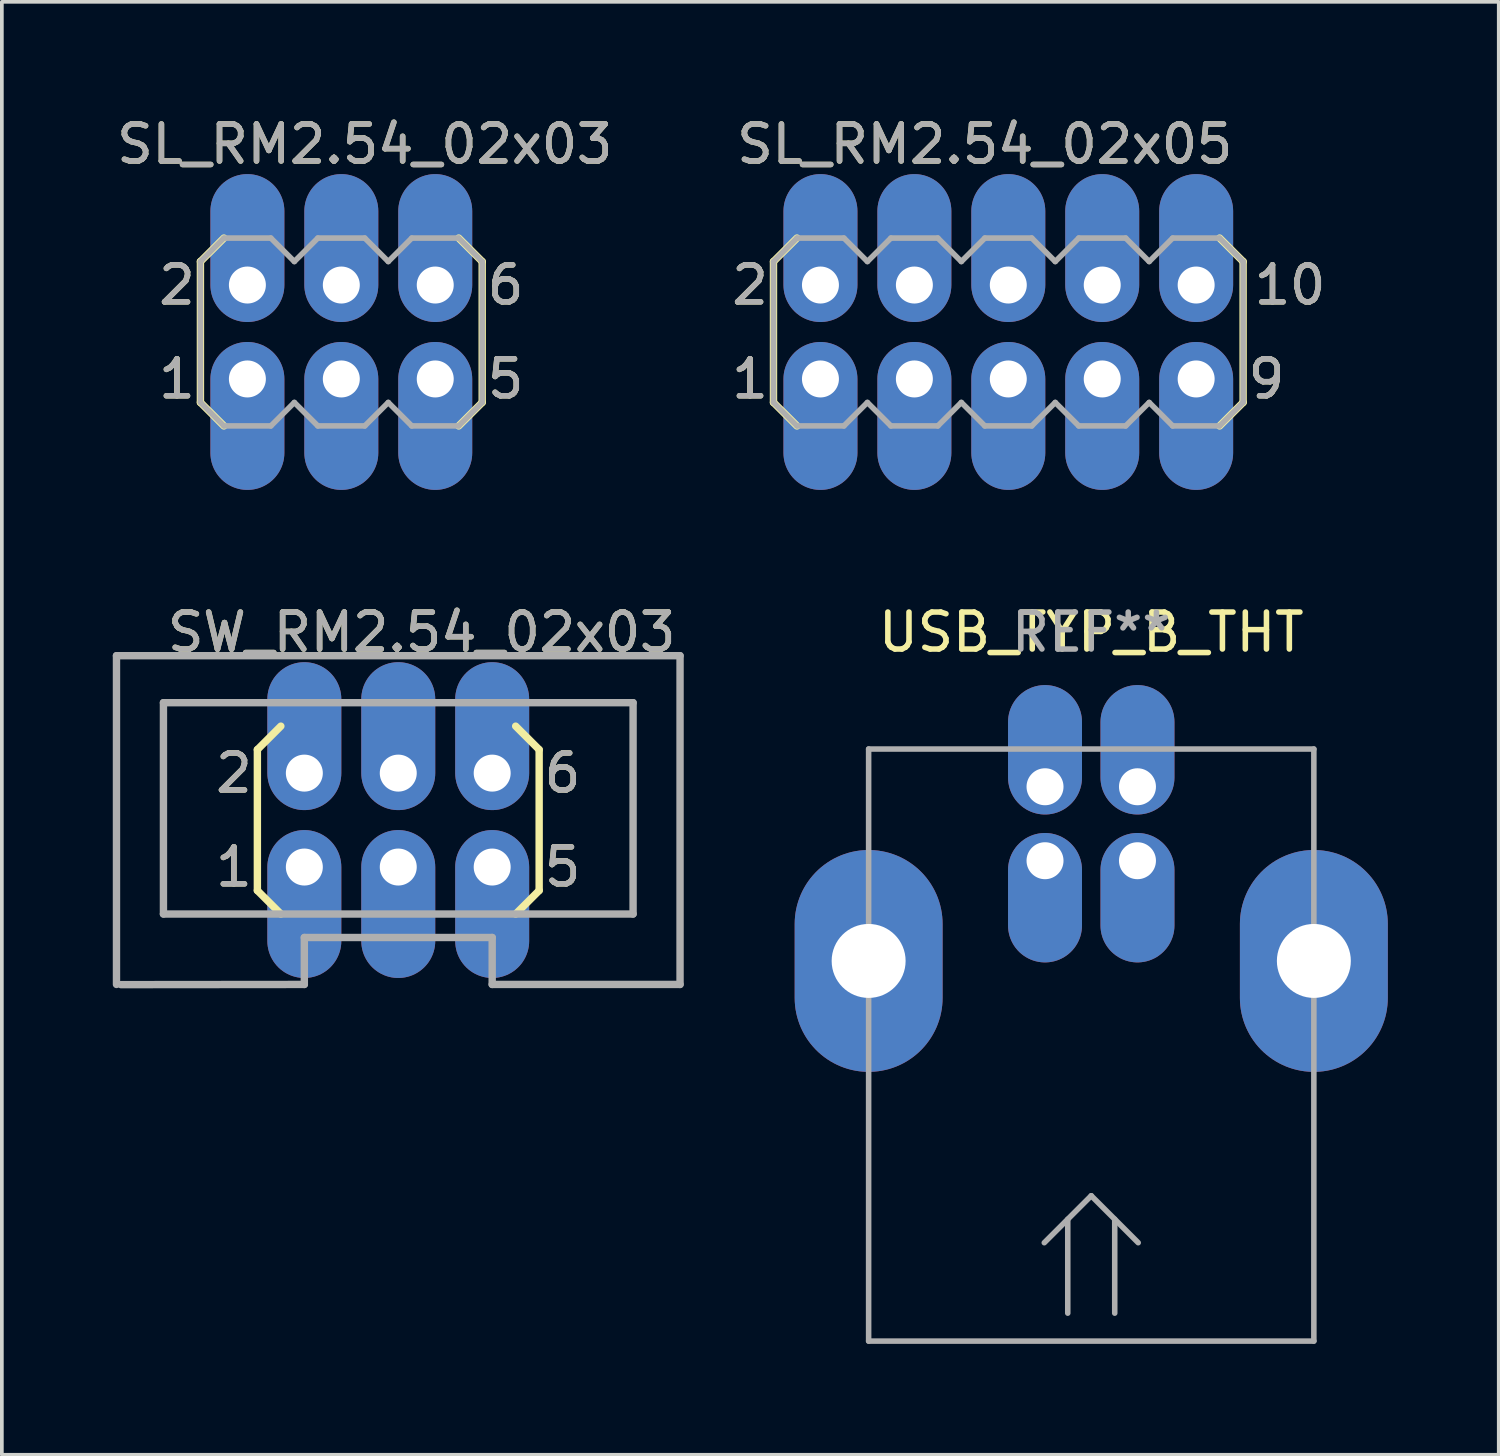
<source format=kicad_pcb>
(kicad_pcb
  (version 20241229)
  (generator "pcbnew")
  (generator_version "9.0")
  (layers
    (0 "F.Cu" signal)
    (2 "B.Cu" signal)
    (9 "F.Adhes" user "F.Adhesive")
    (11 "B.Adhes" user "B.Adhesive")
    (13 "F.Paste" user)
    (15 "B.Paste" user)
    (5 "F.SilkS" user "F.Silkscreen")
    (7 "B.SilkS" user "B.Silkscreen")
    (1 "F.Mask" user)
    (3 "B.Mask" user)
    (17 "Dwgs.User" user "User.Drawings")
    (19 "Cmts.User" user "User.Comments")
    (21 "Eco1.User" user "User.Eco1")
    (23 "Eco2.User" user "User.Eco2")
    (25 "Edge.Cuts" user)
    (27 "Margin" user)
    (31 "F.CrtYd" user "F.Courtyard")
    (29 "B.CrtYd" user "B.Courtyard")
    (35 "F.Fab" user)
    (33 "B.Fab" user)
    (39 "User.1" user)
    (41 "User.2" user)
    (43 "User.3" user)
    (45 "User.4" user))
  (footprint "SL_RM2.54_02x03"
    (layer "F.Cu")
    (at 6.18 7.198)
    (property "Reference" "SL_RM2.54_02x03" (at 0.635 -6.35 0) (layer "F.SilkS") (effects (font (size 1 1) (thickness 0.15))))
    (attr through_hole)
    (fp_line (start -3.81 -3.175) (end -3.175 -3.81) (stroke (width 0.2) (type solid)) (layer "F.SilkS"))
    (fp_line (start -3.81 0.635) (end -3.81 -3.175) (stroke (width 0.2) (type solid)) (layer "F.SilkS"))
    (fp_line (start -3.175 1.27) (end -3.81 0.635) (stroke (width 0.2) (type solid)) (layer "F.SilkS"))
    (fp_line (start 3.175 -3.81) (end 3.81 -3.175) (stroke (width 0.2) (type solid)) (layer "F.SilkS"))
    (fp_line (start 3.81 -3.175) (end 3.81 0.635) (stroke (width 0.2) (type solid)) (layer "F.SilkS"))
    (fp_line (start 3.81 0.635) (end 3.175 1.27) (stroke (width 0.2) (type solid)) (layer "F.SilkS"))
    (fp_line (start -3.81 -3.175) (end -3.81 0.635) (stroke (width 0.15) (type solid)) (layer "F.Fab"))
    (fp_line (start -3.81 -3.175) (end -3.175 -3.81) (stroke (width 0.15) (type solid)) (layer "F.Fab"))
    (fp_line (start -3.81 0.635) (end -3.175 1.27) (stroke (width 0.15) (type solid)) (layer "F.Fab"))
    (fp_line (start -3.175 -3.81) (end -1.905 -3.81) (stroke (width 0.15) (type solid)) (layer "F.Fab"))
    (fp_line (start -3.175 1.27) (end -1.905 1.27) (stroke (width 0.15) (type solid)) (layer "F.Fab"))
    (fp_line (start -1.905 -3.81) (end -1.27 -3.175) (stroke (width 0.15) (type solid)) (layer "F.Fab"))
    (fp_line (start -1.905 1.27) (end -1.27 0.635) (stroke (width 0.15) (type solid)) (layer "F.Fab"))
    (fp_line (start -1.27 0.635) (end -0.635 1.27) (stroke (width 0.15) (type solid)) (layer "F.Fab"))
    (fp_line (start -0.635 -3.81) (end -1.27 -3.175) (stroke (width 0.15) (type solid)) (layer "F.Fab"))
    (fp_line (start -0.635 1.27) (end 0.635 1.27) (stroke (width 0.15) (type solid)) (layer "F.Fab"))
    (fp_line (start 0.635 -3.81) (end -0.635 -3.81) (stroke (width 0.15) (type solid)) (layer "F.Fab"))
    (fp_line (start 0.635 1.27) (end 1.27 0.635) (stroke (width 0.15) (type solid)) (layer "F.Fab"))
    (fp_line (start 1.27 -3.175) (end 0.635 -3.81) (stroke (width 0.15) (type solid)) (layer "F.Fab"))
    (fp_line (start 1.27 0.635) (end 1.905 1.27) (stroke (width 0.15) (type solid)) (layer "F.Fab"))
    (fp_line (start 1.905 -3.81) (end 1.27 -3.175) (stroke (width 0.15) (type solid)) (layer "F.Fab"))
    (fp_line (start 1.905 1.27) (end 3.175 1.27) (stroke (width 0.15) (type solid)) (layer "F.Fab"))
    (fp_line (start 3.175 -3.81) (end 1.905 -3.81) (stroke (width 0.15) (type solid)) (layer "F.Fab"))
    (fp_line (start 3.175 1.27) (end 3.81 0.635) (stroke (width 0.15) (type solid)) (layer "F.Fab"))
    (fp_line (start 3.81 -3.175) (end 3.175 -3.81) (stroke (width 0.15) (type solid)) (layer "F.Fab"))
    (fp_line (start 3.81 0.635) (end 3.81 -3.175) (stroke (width 0.15) (type solid)) (layer "F.Fab"))
    (fp_poly (pts (xy -2.794 -2.794) (xy -2.794 -2.286) (xy -2.286 -2.286) (xy -2.286 -2.794)) (stroke (width 0.15) (type solid)) (fill no) (layer "F.Fab"))
    (fp_poly (pts (xy -2.794 -0.254) (xy -2.794 0.254) (xy -2.286 0.254) (xy -2.286 -0.254)) (stroke (width 0.15) (type solid)) (fill no) (layer "F.Fab"))
    (fp_poly (pts (xy -0.254 -2.794) (xy -0.254 -2.286) (xy 0.254 -2.286) (xy 0.254 -2.794)) (stroke (width 0.15) (type solid)) (fill no) (layer "F.Fab"))
    (fp_poly (pts (xy -0.254 -0.254) (xy -0.254 0.254) (xy 0.254 0.254) (xy 0.254 -0.254)) (stroke (width 0.15) (type solid)) (fill no) (layer "F.Fab"))
    (fp_poly (pts (xy 2.286 -2.794) (xy 2.286 -2.286) (xy 2.794 -2.286) (xy 2.794 -2.794)) (stroke (width 0.15) (type solid)) (fill no) (layer "F.Fab"))
    (fp_poly (pts (xy 2.286 -0.254) (xy 2.286 0.254) (xy 2.794 0.254) (xy 2.794 -0.254)) (stroke (width 0.15) (type solid)) (fill no) (layer "F.Fab"))
    (fp_text user "2" (at -4.445 -2.54 0) (layer "F.SilkS") (effects (font (size 1 1) (thickness 0.15))))
    (fp_text user "1" (at -4.445 0 0) (layer "F.SilkS") (effects (font (size 1 1) (thickness 0.15))))
    (fp_text user "6" (at 4.445 -2.54 0) (layer "F.SilkS") (effects (font (size 1 1) (thickness 0.15))))
    (fp_text user "5" (at 4.445 0 0) (layer "F.SilkS") (effects (font (size 1 1) (thickness 0.15))))
    (fp_text user "1" (at -4.445 0 0) (layer "F.Fab") (effects (font (size 1 1) (thickness 0.15))))
    (fp_text user "${REFERENCE}" (at 0.635 -6.35 0) (layer "F.Fab") (effects (font (size 1 1) (thickness 0.15))))
    (fp_text user "6" (at 4.445 -2.54 0) (layer "F.Fab") (effects (font (size 1 1) (thickness 0.15))))
    (fp_text user "5" (at 4.445 0 0) (layer "F.Fab") (effects (font (size 1 1) (thickness 0.15))))
    (fp_text user "2" (at -4.445 -2.54 0) (layer "F.Fab") (effects (font (size 1 1) (thickness 0.15))))
    (pad "1" thru_hole oval (at -2.54 0) (size 2 4) (drill 1 (offset 0 1)) (layers "*.Cu" "*.Mask"))
    (pad "2" thru_hole oval (at -2.54 -2.54) (size 2 4) (drill 1 (offset 0 -1)) (layers "*.Cu" "*.Mask"))
    (pad "3" thru_hole oval (at 0 0) (size 2 4) (drill 1 (offset 0 1)) (layers "*.Cu" "*.Mask"))
    (pad "4" thru_hole oval (at 0 -2.54) (size 2 4) (drill 1 (offset 0 -1)) (layers "*.Cu" "*.Mask"))
    (pad "5" thru_hole oval (at 2.54 0) (size 2 4) (drill 1 (offset 0 1)) (layers "*.Cu" "*.Mask"))
    (pad "6" thru_hole oval (at 2.54 -2.54) (size 2 4) (drill 1 (offset 0 -1)) (layers "*.Cu" "*.Mask")))
  (footprint "SL_RM2.54_02x05"
    (layer "F.Cu")
    (at 19.137 7.198)
    (property "Reference" "SL_RM2.54_02x05" (at 4.445 -6.35 0) (layer "F.SilkS") (effects (font (size 1 1) (thickness 0.15))))
    (attr through_hole)
    (fp_line (start -1.27 -3.175) (end -0.635 -3.81) (stroke (width 0.2) (type solid)) (layer "F.SilkS"))
    (fp_line (start -1.27 0.635) (end -1.27 -3.175) (stroke (width 0.2) (type solid)) (layer "F.SilkS"))
    (fp_line (start -0.635 1.27) (end -1.27 0.635) (stroke (width 0.2) (type solid)) (layer "F.SilkS"))
    (fp_line (start 10.795 -3.81) (end 11.43 -3.175) (stroke (width 0.2) (type solid)) (layer "F.SilkS"))
    (fp_line (start 11.43 -3.175) (end 11.43 0.635) (stroke (width 0.2) (type solid)) (layer "F.SilkS"))
    (fp_line (start 11.43 0.635) (end 10.795 1.27) (stroke (width 0.2) (type solid)) (layer "F.SilkS"))
    (fp_line (start -1.27 -3.175) (end -1.27 0.635) (stroke (width 0.15) (type solid)) (layer "F.Fab"))
    (fp_line (start -1.27 -3.175) (end -0.635 -3.81) (stroke (width 0.15) (type solid)) (layer "F.Fab"))
    (fp_line (start -1.27 0.635) (end -0.635 1.27) (stroke (width 0.15) (type solid)) (layer "F.Fab"))
    (fp_line (start -0.635 -3.81) (end 0.635 -3.81) (stroke (width 0.15) (type solid)) (layer "F.Fab"))
    (fp_line (start -0.635 1.27) (end 0.635 1.27) (stroke (width 0.15) (type solid)) (layer "F.Fab"))
    (fp_line (start 0.635 -3.81) (end 1.27 -3.175) (stroke (width 0.15) (type solid)) (layer "F.Fab"))
    (fp_line (start 0.635 1.27) (end 1.27 0.635) (stroke (width 0.15) (type solid)) (layer "F.Fab"))
    (fp_line (start 1.27 0.635) (end 1.905 1.27) (stroke (width 0.15) (type solid)) (layer "F.Fab"))
    (fp_line (start 1.905 -3.81) (end 1.27 -3.175) (stroke (width 0.15) (type solid)) (layer "F.Fab"))
    (fp_line (start 1.905 1.27) (end 3.175 1.27) (stroke (width 0.15) (type solid)) (layer "F.Fab"))
    (fp_line (start 3.175 -3.81) (end 1.905 -3.81) (stroke (width 0.15) (type solid)) (layer "F.Fab"))
    (fp_line (start 3.175 1.27) (end 3.81 0.635) (stroke (width 0.15) (type solid)) (layer "F.Fab"))
    (fp_line (start 3.81 -3.175) (end 3.175 -3.81) (stroke (width 0.15) (type solid)) (layer "F.Fab"))
    (fp_line (start 3.81 0.635) (end 4.445 1.27) (stroke (width 0.15) (type solid)) (layer "F.Fab"))
    (fp_line (start 4.445 -3.81) (end 3.81 -3.175) (stroke (width 0.15) (type solid)) (layer "F.Fab"))
    (fp_line (start 4.445 1.27) (end 5.715 1.27) (stroke (width 0.15) (type solid)) (layer "F.Fab"))
    (fp_line (start 5.715 -3.81) (end 4.445 -3.81) (stroke (width 0.15) (type solid)) (layer "F.Fab"))
    (fp_line (start 5.715 1.27) (end 6.35 0.635) (stroke (width 0.15) (type solid)) (layer "F.Fab"))
    (fp_line (start 6.35 -3.175) (end 5.715 -3.81) (stroke (width 0.15) (type solid)) (layer "F.Fab"))
    (fp_line (start 6.35 0.635) (end 6.985 1.27) (stroke (width 0.15) (type solid)) (layer "F.Fab"))
    (fp_line (start 6.985 -3.81) (end 6.35 -3.175) (stroke (width 0.15) (type solid)) (layer "F.Fab"))
    (fp_line (start 6.985 1.27) (end 8.255 1.27) (stroke (width 0.15) (type solid)) (layer "F.Fab"))
    (fp_line (start 8.255 -3.81) (end 6.985 -3.81) (stroke (width 0.15) (type solid)) (layer "F.Fab"))
    (fp_line (start 8.255 1.27) (end 8.89 0.635) (stroke (width 0.15) (type solid)) (layer "F.Fab"))
    (fp_line (start 8.89 -3.175) (end 8.255 -3.81) (stroke (width 0.15) (type solid)) (layer "F.Fab"))
    (fp_line (start 8.89 0.635) (end 9.525 1.27) (stroke (width 0.15) (type solid)) (layer "F.Fab"))
    (fp_line (start 9.525 -3.81) (end 8.89 -3.175) (stroke (width 0.15) (type solid)) (layer "F.Fab"))
    (fp_line (start 9.525 1.27) (end 10.795 1.27) (stroke (width 0.15) (type solid)) (layer "F.Fab"))
    (fp_line (start 10.795 -3.81) (end 9.525 -3.81) (stroke (width 0.15) (type solid)) (layer "F.Fab"))
    (fp_line (start 10.795 1.27) (end 11.43 0.635) (stroke (width 0.15) (type solid)) (layer "F.Fab"))
    (fp_line (start 11.43 -3.175) (end 10.795 -3.81) (stroke (width 0.15) (type solid)) (layer "F.Fab"))
    (fp_line (start 11.43 0.635) (end 11.43 -3.175) (stroke (width 0.15) (type solid)) (layer "F.Fab"))
    (fp_poly (pts (xy -0.254 -2.794) (xy -0.254 -2.286) (xy 0.254 -2.286) (xy 0.254 -2.794)) (stroke (width 0.15) (type solid)) (fill no) (layer "F.Fab"))
    (fp_poly (pts (xy -0.254 -0.254) (xy -0.254 0.254) (xy 0.254 0.254) (xy 0.254 -0.254)) (stroke (width 0.15) (type solid)) (fill no) (layer "F.Fab"))
    (fp_poly (pts (xy 2.286 -2.794) (xy 2.286 -2.286) (xy 2.794 -2.286) (xy 2.794 -2.794)) (stroke (width 0.15) (type solid)) (fill no) (layer "F.Fab"))
    (fp_poly (pts (xy 2.286 -0.254) (xy 2.286 0.254) (xy 2.794 0.254) (xy 2.794 -0.254)) (stroke (width 0.15) (type solid)) (fill no) (layer "F.Fab"))
    (fp_poly (pts (xy 4.826 -2.794) (xy 4.826 -2.286) (xy 5.334 -2.286) (xy 5.334 -2.794)) (stroke (width 0.15) (type solid)) (fill no) (layer "F.Fab"))
    (fp_poly (pts (xy 4.826 -0.254) (xy 4.826 0.254) (xy 5.334 0.254) (xy 5.334 -0.254)) (stroke (width 0.15) (type solid)) (fill no) (layer "F.Fab"))
    (fp_poly (pts (xy 7.366 -2.794) (xy 7.366 -2.286) (xy 7.874 -2.286) (xy 7.874 -2.794)) (stroke (width 0.15) (type solid)) (fill no) (layer "F.Fab"))
    (fp_poly (pts (xy 7.366 -0.254) (xy 7.366 0.254) (xy 7.874 0.254) (xy 7.874 -0.254)) (stroke (width 0.15) (type solid)) (fill no) (layer "F.Fab"))
    (fp_poly (pts (xy 9.906 -2.794) (xy 9.906 -2.286) (xy 10.414 -2.286) (xy 10.414 -2.794)) (stroke (width 0.15) (type solid)) (fill no) (layer "F.Fab"))
    (fp_poly (pts (xy 9.906 -0.254) (xy 9.906 0.254) (xy 10.414 0.254) (xy 10.414 -0.254)) (stroke (width 0.15) (type solid)) (fill no) (layer "F.Fab"))
    (fp_text user "2" (at -1.905 -2.54 0) (layer "F.SilkS") (effects (font (size 1 1) (thickness 0.15))))
    (fp_text user "9" (at 12.065 0 0) (layer "F.SilkS") (effects (font (size 1 1) (thickness 0.15))))
    (fp_text user "10" (at 12.7 -2.54 0) (layer "F.SilkS") (effects (font (size 1 1) (thickness 0.15))))
    (fp_text user "1" (at -1.905 0 0) (layer "F.SilkS") (effects (font (size 1 1) (thickness 0.15))))
    (fp_text user "1" (at -1.905 0 0) (layer "F.Fab") (effects (font (size 1 1) (thickness 0.15))))
    (fp_text user "9" (at 12.065 0 0) (layer "F.Fab") (effects (font (size 1 1) (thickness 0.15))))
    (fp_text user "${REFERENCE}" (at 4.445 -6.35 0) (layer "F.Fab") (effects (font (size 1 1) (thickness 0.15))))
    (fp_text user "2" (at -1.905 -2.54 0) (layer "F.Fab") (effects (font (size 1 1) (thickness 0.15))))
    (fp_text user "10" (at 12.7 -2.54 0) (layer "F.Fab") (effects (font (size 1 1) (thickness 0.15))))
    (pad "1" thru_hole oval (at 0 0) (size 2 4) (drill 1 (offset 0 1)) (layers "*.Cu" "*.Mask"))
    (pad "2" thru_hole oval (at 0 -2.54) (size 2 4) (drill 1 (offset 0 -1)) (layers "*.Cu" "*.Mask"))
    (pad "3" thru_hole oval (at 2.54 0) (size 2 4) (drill 1 (offset 0 1)) (layers "*.Cu" "*.Mask"))
    (pad "4" thru_hole oval (at 2.54 -2.54) (size 2 4) (drill 1 (offset 0 -1)) (layers "*.Cu" "*.Mask"))
    (pad "5" thru_hole oval (at 5.08 0) (size 2 4) (drill 1 (offset 0 1)) (layers "*.Cu" "*.Mask"))
    (pad "6" thru_hole oval (at 5.08 -2.54) (size 2 4) (drill 1 (offset 0 -1)) (layers "*.Cu" "*.Mask"))
    (pad "7" thru_hole oval (at 7.62 0) (size 2 4) (drill 1 (offset 0 1)) (layers "*.Cu" "*.Mask"))
    (pad "8" thru_hole oval (at 7.62 -2.54) (size 2 4) (drill 1 (offset 0 -1)) (layers "*.Cu" "*.Mask"))
    (pad "9" thru_hole oval (at 10.16 0) (size 2 4) (drill 1 (offset 0 1)) (layers "*.Cu" "*.Mask"))
    (pad "10" thru_hole oval (at 10.16 -2.54) (size 2 4) (drill 1 (offset 0 -1)) (layers "*.Cu" "*.Mask")))
  (footprint "USB_TYP_B_THT"
    (layer "F.Cu")
    (at 26.46 22.936)
    (property "Reference" "USB_TYP_B_THT" (at 0 -8.89 0) (layer "F.SilkS") (effects (font (size 1 1) (thickness 0.15))))
    (attr through_hole)
    (fp_line (start -6.02 -5.73) (end 6.02 -5.73) (stroke (width 0.15) (type solid)) (layer "F.Fab"))
    (fp_line (start -6.02 10.28) (end -6.02 -5.73) (stroke (width 0.15) (type solid)) (layer "F.Fab"))
    (fp_line (start -6.02 10.28) (end 6.02 10.28) (stroke (width 0.15) (type solid)) (layer "F.Fab"))
    (fp_line (start -1.27 7.62) (end 0 6.35) (stroke (width 0.15) (type solid)) (layer "F.Fab"))
    (fp_line (start -0.635 9.525) (end -0.635 6.985) (stroke (width 0.15) (type solid)) (layer "F.Fab"))
    (fp_line (start 0 6.35) (end 1.27 7.62) (stroke (width 0.15) (type solid)) (layer "F.Fab"))
    (fp_line (start 0.635 9.525) (end 0.635 6.985) (stroke (width 0.15) (type solid)) (layer "F.Fab"))
    (fp_line (start 6.02 -5.73) (end 6.02 10.28) (stroke (width 0.15) (type solid)) (layer "F.Fab"))
    (fp_text user "REF**" (at 0 -8.89 0) (layer "F.Fab") (effects (font (size 1 1) (thickness 0.15))))
    (pad "1" thru_hole oval (at 1.25 -4.71) (size 2 3.5) (drill 1 (offset 0 -1)) (layers "*.Cu" "*.Mask"))
    (pad "2" thru_hole oval (at -1.25 -4.71) (size 2 3.5) (drill 1 (offset 0 -1)) (layers "*.Cu" "*.Mask"))
    (pad "3" thru_hole oval (at -1.25 -2.71) (size 2 3.5) (drill 1 (offset 0 1)) (layers "*.Cu" "*.Mask"))
    (pad "4" thru_hole oval (at 1.25 -2.71) (size 2 3.5) (drill 1 (offset 0 1)) (layers "*.Cu" "*.Mask"))
    (pad "5" thru_hole oval (at -6.02 0) (size 4 6) (drill 2) (layers "*.Cu" "*.Mask"))
    (pad "5" thru_hole oval (at 6.02 0) (size 4 6) (drill 2) (layers "*.Cu" "*.Mask")))
  (footprint "SW_RM2.54_02x03"
    (layer "F.Cu")
    (at 7.72 19.127)
    (property "Reference" "SW_RM2.54_02x03" (at 0.635 -5.08 0) (layer "F.SilkS") (effects (font (size 1 1) (thickness 0.15))))
    (attr through_hole)
    (fp_line (start -3.81 -1.905) (end -3.175 -2.54) (stroke (width 0.2) (type solid)) (layer "F.SilkS"))
    (fp_line (start -3.81 1.905) (end -3.81 -1.905) (stroke (width 0.2) (type solid)) (layer "F.SilkS"))
    (fp_line (start -3.175 2.54) (end -3.81 1.905) (stroke (width 0.2) (type solid)) (layer "F.SilkS"))
    (fp_line (start 3.175 -2.54) (end 3.81 -1.905) (stroke (width 0.2) (type solid)) (layer "F.SilkS"))
    (fp_line (start 3.81 -1.905) (end 3.81 1.905) (stroke (width 0.2) (type solid)) (layer "F.SilkS"))
    (fp_line (start 3.81 1.905) (end 3.175 2.54) (stroke (width 0.2) (type solid)) (layer "F.SilkS"))
    (fp_line (start -7.62 -4.445) (end 7.62 -4.445) (stroke (width 0.2) (type solid)) (layer "F.Fab"))
    (fp_line (start -7.62 4.445) (end -7.62 -4.445) (stroke (width 0.2) (type solid)) (layer "F.Fab"))
    (fp_line (start -6.35 -3.175) (end -6.35 2.54) (stroke (width 0.2) (type solid)) (layer "F.Fab"))
    (fp_line (start -6.35 2.54) (end 6.35 2.54) (stroke (width 0.2) (type solid)) (layer "F.Fab"))
    (fp_line (start -2.54 3.175) (end -2.54 4.445) (stroke (width 0.2) (type solid)) (layer "F.Fab"))
    (fp_line (start -2.54 4.445) (end -7.5 4.45) (stroke (width 0.2) (type solid)) (layer "F.Fab"))
    (fp_line (start 2.54 3.175) (end -2.54 3.175) (stroke (width 0.2) (type solid)) (layer "F.Fab"))
    (fp_line (start 2.54 4.445) (end 2.54 3.175) (stroke (width 0.2) (type solid)) (layer "F.Fab"))
    (fp_line (start 2.54 4.445) (end 7.62 4.445) (stroke (width 0.2) (type solid)) (layer "F.Fab"))
    (fp_line (start 6.35 -3.175) (end -6.35 -3.175) (stroke (width 0.2) (type solid)) (layer "F.Fab"))
    (fp_line (start 6.35 2.54) (end 6.35 -3.175) (stroke (width 0.2) (type solid)) (layer "F.Fab"))
    (fp_line (start 7.62 -4.445) (end 7.62 4.445) (stroke (width 0.2) (type solid)) (layer "F.Fab"))
    (fp_poly (pts (xy -2.794 -1.524) (xy -2.794 -1.016) (xy -2.286 -1.016) (xy -2.286 -1.524)) (stroke (width 0.15) (type solid)) (fill no) (layer "F.Fab"))
    (fp_poly (pts (xy -2.794 1.016) (xy -2.794 1.524) (xy -2.286 1.524) (xy -2.286 1.016)) (stroke (width 0.15) (type solid)) (fill no) (layer "F.Fab"))
    (fp_poly (pts (xy -0.254 -1.524) (xy -0.254 -1.016) (xy 0.254 -1.016) (xy 0.254 -1.524)) (stroke (width 0.15) (type solid)) (fill no) (layer "F.Fab"))
    (fp_poly (pts (xy -0.254 1.016) (xy -0.254 1.524) (xy 0.254 1.524) (xy 0.254 1.016)) (stroke (width 0.15) (type solid)) (fill no) (layer "F.Fab"))
    (fp_poly (pts (xy 2.286 -1.524) (xy 2.286 -1.016) (xy 2.794 -1.016) (xy 2.794 -1.524)) (stroke (width 0.15) (type solid)) (fill no) (layer "F.Fab"))
    (fp_poly (pts (xy 2.286 1.016) (xy 2.286 1.524) (xy 2.794 1.524) (xy 2.794 1.016)) (stroke (width 0.15) (type solid)) (fill no) (layer "F.Fab"))
    (fp_text user "6" (at 4.445 -1.27 0) (layer "F.SilkS") (effects (font (size 1 1) (thickness 0.15))))
    (fp_text user "1" (at -4.445 1.27 0) (layer "F.SilkS") (effects (font (size 1 1) (thickness 0.15))))
    (fp_text user "5" (at 4.445 1.27 0) (layer "F.SilkS") (effects (font (size 1 1) (thickness 0.15))))
    (fp_text user "2" (at -4.445 -1.27 0) (layer "F.SilkS") (effects (font (size 1 1) (thickness 0.15))))
    (fp_text user "5" (at 4.445 1.27 0) (layer "F.Fab") (effects (font (size 1 1) (thickness 0.15))))
    (fp_text user "2" (at -4.445 -1.27 0) (layer "F.Fab") (effects (font (size 1 1) (thickness 0.15))))
    (fp_text user "1" (at -4.445 1.27 0) (layer "F.Fab") (effects (font (size 1 1) (thickness 0.15))))
    (fp_text user "6" (at 4.445 -1.27 0) (layer "F.Fab") (effects (font (size 1 1) (thickness 0.15))))
    (fp_text user "${REFERENCE}" (at 0.635 -5.08 0) (layer "F.Fab") (effects (font (size 1 1) (thickness 0.15))))
    (pad "1" thru_hole oval (at -2.54 1.27) (size 2 4) (drill 1 (offset 0 1)) (layers "*.Cu" "*.Mask"))
    (pad "2" thru_hole oval (at -2.54 -1.27) (size 2 4) (drill 1 (offset 0 -1)) (layers "*.Cu" "*.Mask"))
    (pad "3" thru_hole oval (at 0 1.27) (size 2 4) (drill 1 (offset 0 1)) (layers "*.Cu" "*.Mask"))
    (pad "4" thru_hole oval (at 0 -1.27) (size 2 4) (drill 1 (offset 0 -1)) (layers "*.Cu" "*.Mask"))
    (pad "5" thru_hole oval (at 2.54 1.27) (size 2 4) (drill 1 (offset 0 1)) (layers "*.Cu" "*.Mask"))
    (pad "6" thru_hole oval (at 2.54 -1.27) (size 2 4) (drill 1 (offset 0 -1)) (layers "*.Cu" "*.Mask")))
  (gr_rect
    (start -3 -3)
    (end 37.48 36.291)
    (stroke (width 0.1) (type default))
    (fill no)
    (layer "Edge.Cuts")))
</source>
